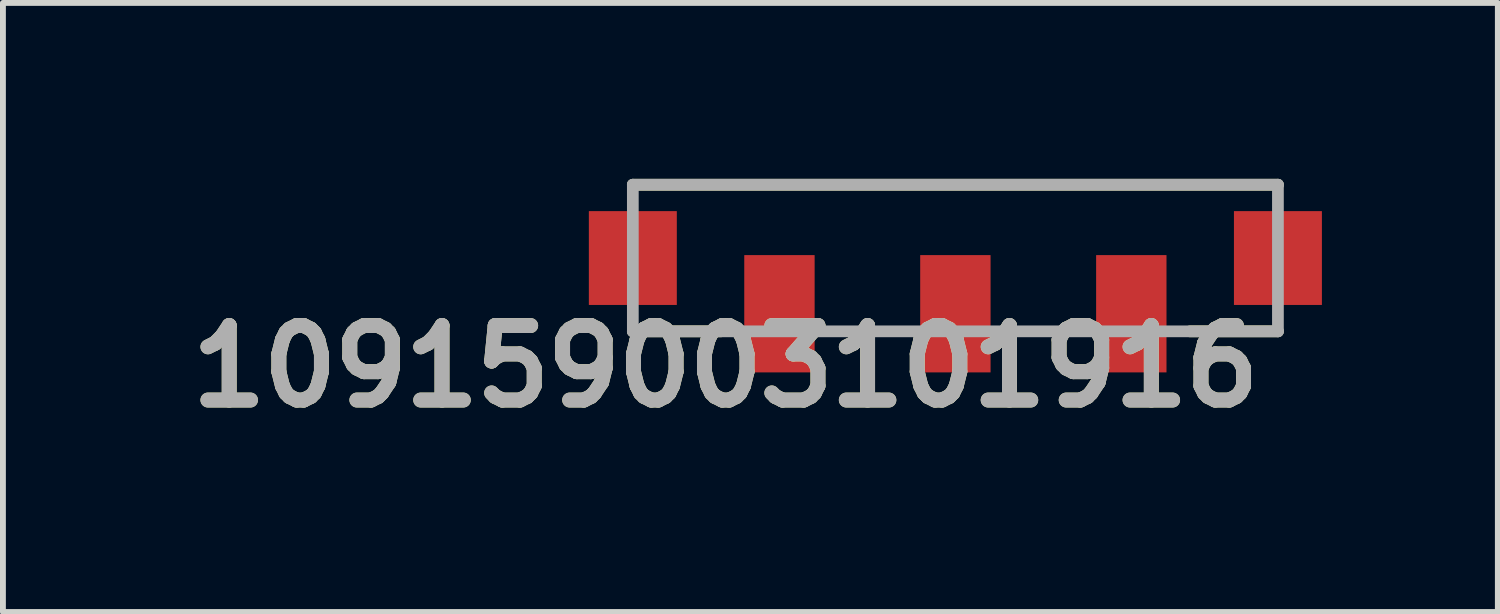
<source format=kicad_pcb>
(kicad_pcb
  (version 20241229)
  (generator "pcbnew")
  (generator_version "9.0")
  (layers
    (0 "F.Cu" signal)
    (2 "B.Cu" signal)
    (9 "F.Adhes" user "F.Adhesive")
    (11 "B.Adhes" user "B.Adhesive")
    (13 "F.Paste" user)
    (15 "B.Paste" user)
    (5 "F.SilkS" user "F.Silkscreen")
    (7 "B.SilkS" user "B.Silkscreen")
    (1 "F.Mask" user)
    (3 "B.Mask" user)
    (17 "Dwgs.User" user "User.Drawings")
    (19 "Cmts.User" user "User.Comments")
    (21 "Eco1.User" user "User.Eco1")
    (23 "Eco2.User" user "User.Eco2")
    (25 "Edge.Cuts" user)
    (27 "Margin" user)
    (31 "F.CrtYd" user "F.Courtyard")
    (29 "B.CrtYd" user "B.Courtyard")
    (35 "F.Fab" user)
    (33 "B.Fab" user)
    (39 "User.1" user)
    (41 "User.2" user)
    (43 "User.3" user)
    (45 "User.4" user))
  (footprint "109159003101916"
    (layer "F.Cu")
    (at 13.241 2.3)
    (property "Reference" "109159003101916" (at -3.916 0.897 0) (layer "F.SilkS") (effects (font (size 1.27 1.27) (thickness 0.254))))
    (attr smd)
    (fp_line (start -5.5 -2.2) (end 5.5 -2.2) (stroke (width 0.2) (type solid)) (layer "F.SilkS"))
    (fp_line (start -5.5 0.3) (end -4 0.3) (stroke (width 0.2) (type solid)) (layer "F.SilkS"))
    (fp_line (start 5.5 0.3) (end 4 0.3) (stroke (width 0.2) (type solid)) (layer "F.SilkS"))
    (fp_line (start -5.5 -2.2) (end 5.5 -2.2) (stroke (width 0.2) (type solid)) (layer "F.Fab"))
    (fp_line (start -5.5 0.3) (end -5.5 -2.2) (stroke (width 0.2) (type solid)) (layer "F.Fab"))
    (fp_line (start 5.5 -2.2) (end 5.5 0.3) (stroke (width 0.2) (type solid)) (layer "F.Fab"))
    (fp_line (start 5.5 0.3) (end -5.5 0.3) (stroke (width 0.2) (type solid)) (layer "F.Fab"))
    (fp_text user "${REFERENCE}" (at -3.916 0.897 0) (layer "F.Fab") (effects (font (size 1.27 1.27) (thickness 0.254))))
    (pad "1" smd rect (at 3 0) (size 1.2 2) (layers "F.Cu" "F.Paste"))
    (pad "2" smd rect (at 0 0) (size 1.2 2) (layers "F.Cu" "F.Paste"))
    (pad "3" smd rect (at -3 0) (size 1.2 2) (layers "F.Cu" "F.Paste"))
    (pad "4" smd rect (at -5.5 -0.95) (size 1.5 1.6) (layers "F.Cu" "F.Paste"))
    (pad "5" smd rect (at 5.5 -0.95) (size 1.5 1.6) (layers "F.Cu" "F.Paste")))
  (gr_rect
    (start -3 -3)
    (end 22.491 7.386)
    (stroke (width 0.1) (type default))
    (fill no)
    (layer "Edge.Cuts")))
</source>
